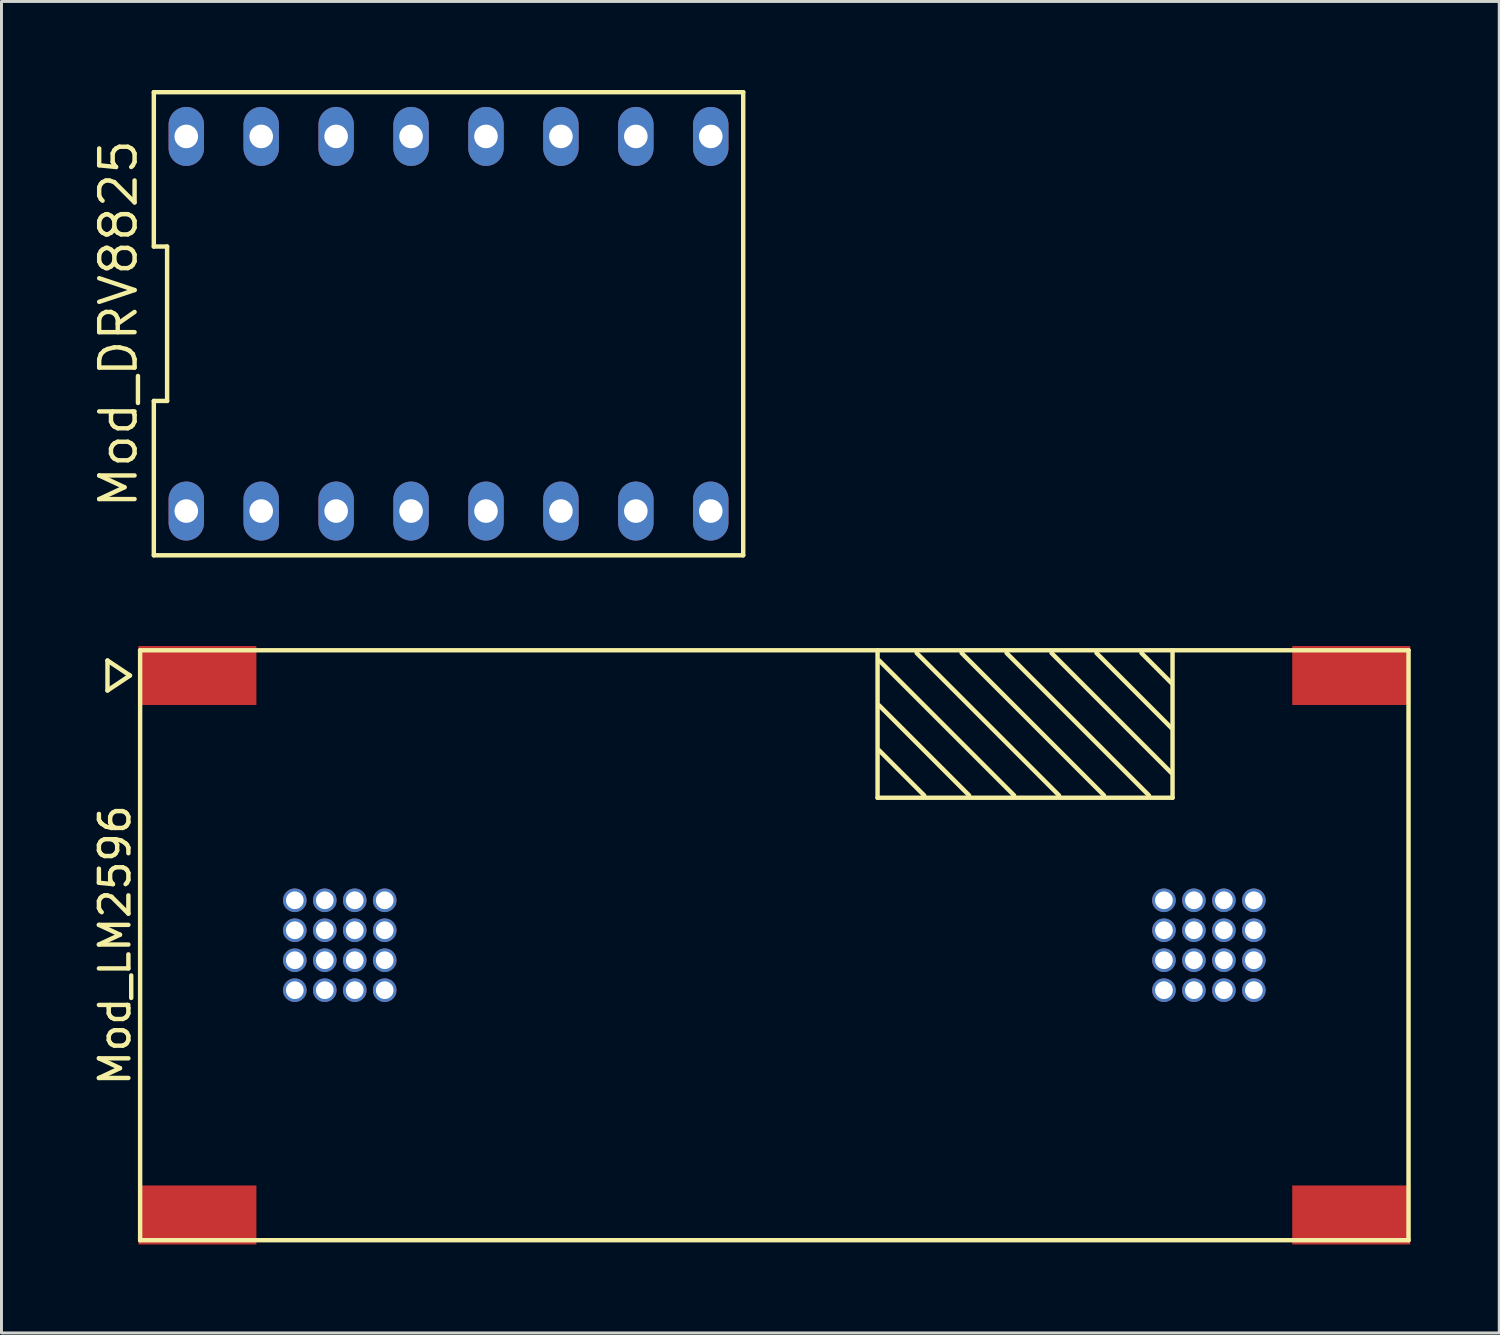
<source format=kicad_pcb>
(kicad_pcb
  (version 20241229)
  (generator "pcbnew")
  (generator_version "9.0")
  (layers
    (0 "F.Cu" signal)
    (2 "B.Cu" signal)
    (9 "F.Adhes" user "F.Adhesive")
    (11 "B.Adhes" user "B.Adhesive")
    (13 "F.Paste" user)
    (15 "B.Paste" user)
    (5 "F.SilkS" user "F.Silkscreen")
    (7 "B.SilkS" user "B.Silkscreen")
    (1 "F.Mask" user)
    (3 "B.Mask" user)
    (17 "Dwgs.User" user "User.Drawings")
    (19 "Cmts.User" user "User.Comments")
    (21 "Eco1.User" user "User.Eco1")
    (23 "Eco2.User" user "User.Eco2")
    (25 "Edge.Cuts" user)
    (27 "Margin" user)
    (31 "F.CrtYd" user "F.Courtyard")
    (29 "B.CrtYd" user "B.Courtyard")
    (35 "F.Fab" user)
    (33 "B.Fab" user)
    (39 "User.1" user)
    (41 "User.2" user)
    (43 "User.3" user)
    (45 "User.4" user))
  (footprint "Mod_LM2596"
    (layer "F.Cu")
    (at 23.2 28.994)
    (property "Reference" "Mod_LM2596" (at -22.352 0 90) (layer "F.SilkS") (effects (font (size 1 1) (thickness 0.15))))
    (attr through_hole)
    (fp_line (start -22.606 -9.652) (end -22.606 -8.636) (stroke (width 0.15) (type solid)) (layer "F.SilkS"))
    (fp_line (start -22.606 -8.636) (end -21.844 -9.144) (stroke (width 0.15) (type solid)) (layer "F.SilkS"))
    (fp_line (start -21.844 -9.144) (end -22.606 -9.652) (stroke (width 0.15) (type solid)) (layer "F.SilkS"))
    (fp_line (start -21.5 -10) (end -21.5 10) (stroke (width 0.15) (type solid)) (layer "F.SilkS"))
    (fp_line (start -21.5 -10) (end 21.5 -10) (stroke (width 0.15) (type solid)) (layer "F.SilkS"))
    (fp_line (start -21.5 10) (end 21.5 10) (stroke (width 0.15) (type solid)) (layer "F.SilkS"))
    (fp_line (start 3.5 -10) (end 3.5 -5) (stroke (width 0.15) (type solid)) (layer "F.SilkS"))
    (fp_line (start 3.5 -5) (end 13.5 -5) (stroke (width 0.15) (type solid)) (layer "F.SilkS"))
    (fp_line (start 3.556 -9.652) (end 8.128 -5.08) (stroke (width 0.15) (type solid)) (layer "F.SilkS"))
    (fp_line (start 3.556 -8.128) (end 6.604 -5.08) (stroke (width 0.15) (type solid)) (layer "F.SilkS"))
    (fp_line (start 3.556 -6.604) (end 5.08 -5.08) (stroke (width 0.15) (type solid)) (layer "F.SilkS"))
    (fp_line (start 4.826 -9.906) (end 9.652 -5.08) (stroke (width 0.15) (type solid)) (layer "F.SilkS"))
    (fp_line (start 6.35 -9.906) (end 11.176 -5.08) (stroke (width 0.15) (type solid)) (layer "F.SilkS"))
    (fp_line (start 7.874 -9.906) (end 12.7 -5.08) (stroke (width 0.15) (type solid)) (layer "F.SilkS"))
    (fp_line (start 9.398 -9.906) (end 13.462 -5.842) (stroke (width 0.15) (type solid)) (layer "F.SilkS"))
    (fp_line (start 10.922 -9.906) (end 13.462 -7.366) (stroke (width 0.15) (type solid)) (layer "F.SilkS"))
    (fp_line (start 12.446 -9.906) (end 13.462 -8.89) (stroke (width 0.15) (type solid)) (layer "F.SilkS"))
    (fp_line (start 13.5 -10) (end 13.5 -5) (stroke (width 0.15) (type solid)) (layer "F.SilkS"))
    (fp_line (start 21.5 -10) (end 21.5 10) (stroke (width 0.15) (type solid)) (layer "F.SilkS"))
    (pad "GND" smd rect (at -19.558 9.144) (size 4 2) (layers "F.Cu" "F.Mask" "F.Paste"))
    (pad "GND" thru_hole circle (at -16.256 -1.524) (size 0.8 0.8) (drill 0.6) (layers "*.Cu" "*.Mask"))
    (pad "GND" thru_hole circle (at -16.256 -0.508) (size 0.8 0.8) (drill 0.6) (layers "*.Cu" "*.Mask"))
    (pad "GND" thru_hole circle (at -16.256 0.508) (size 0.8 0.8) (drill 0.6) (layers "*.Cu" "*.Mask"))
    (pad "GND" thru_hole circle (at -16.256 1.524) (size 0.8 0.8) (drill 0.6) (layers "*.Cu" "*.Mask"))
    (pad "GND" thru_hole circle (at -15.24 -1.524) (size 0.8 0.8) (drill 0.6) (layers "*.Cu" "*.Mask"))
    (pad "GND" thru_hole circle (at -15.24 -0.508) (size 0.8 0.8) (drill 0.6) (layers "*.Cu" "*.Mask"))
    (pad "GND" thru_hole circle (at -15.24 0.508) (size 0.8 0.8) (drill 0.6) (layers "*.Cu" "*.Mask"))
    (pad "GND" thru_hole circle (at -15.24 1.524) (size 0.8 0.8) (drill 0.6) (layers "*.Cu" "*.Mask"))
    (pad "GND" thru_hole circle (at -14.224 -1.524) (size 0.8 0.8) (drill 0.6) (layers "*.Cu" "*.Mask"))
    (pad "GND" thru_hole circle (at -14.224 -0.508) (size 0.8 0.8) (drill 0.6) (layers "*.Cu" "*.Mask"))
    (pad "GND" thru_hole circle (at -14.224 0.508) (size 0.8 0.8) (drill 0.6) (layers "*.Cu" "*.Mask"))
    (pad "GND" thru_hole circle (at -14.224 1.524) (size 0.8 0.8) (drill 0.6) (layers "*.Cu" "*.Mask"))
    (pad "GND" thru_hole circle (at -13.208 -1.524) (size 0.8 0.8) (drill 0.6) (layers "*.Cu" "*.Mask"))
    (pad "GND" thru_hole circle (at -13.208 -0.508) (size 0.8 0.8) (drill 0.6) (layers "*.Cu" "*.Mask"))
    (pad "GND" thru_hole circle (at -13.208 0.508) (size 0.8 0.8) (drill 0.6) (layers "*.Cu" "*.Mask"))
    (pad "GND" thru_hole circle (at -13.208 1.524) (size 0.8 0.8) (drill 0.6) (layers "*.Cu" "*.Mask"))
    (pad "GND" thru_hole circle (at 13.208 -1.524) (size 0.8 0.8) (drill 0.6) (layers "*.Cu" "*.Mask"))
    (pad "GND" thru_hole circle (at 13.208 -0.508) (size 0.8 0.8) (drill 0.6) (layers "*.Cu" "*.Mask"))
    (pad "GND" thru_hole circle (at 13.208 0.508) (size 0.8 0.8) (drill 0.6) (layers "*.Cu" "*.Mask"))
    (pad "GND" thru_hole circle (at 13.208 1.524) (size 0.8 0.8) (drill 0.6) (layers "*.Cu" "*.Mask"))
    (pad "GND" thru_hole circle (at 14.224 -1.524) (size 0.8 0.8) (drill 0.6) (layers "*.Cu" "*.Mask"))
    (pad "GND" thru_hole circle (at 14.224 -0.508) (size 0.8 0.8) (drill 0.6) (layers "*.Cu" "*.Mask"))
    (pad "GND" thru_hole circle (at 14.224 0.508) (size 0.8 0.8) (drill 0.6) (layers "*.Cu" "*.Mask"))
    (pad "GND" thru_hole circle (at 14.224 1.524) (size 0.8 0.8) (drill 0.6) (layers "*.Cu" "*.Mask"))
    (pad "GND" thru_hole circle (at 15.24 -1.524) (size 0.8 0.8) (drill 0.6) (layers "*.Cu" "*.Mask"))
    (pad "GND" thru_hole circle (at 15.24 -0.508) (size 0.8 0.8) (drill 0.6) (layers "*.Cu" "*.Mask"))
    (pad "GND" thru_hole circle (at 15.24 0.508) (size 0.8 0.8) (drill 0.6) (layers "*.Cu" "*.Mask"))
    (pad "GND" thru_hole circle (at 15.24 1.524) (size 0.8 0.8) (drill 0.6) (layers "*.Cu" "*.Mask"))
    (pad "GND" thru_hole circle (at 16.256 -1.524) (size 0.8 0.8) (drill 0.6) (layers "*.Cu" "*.Mask"))
    (pad "GND" thru_hole circle (at 16.256 -0.508) (size 0.8 0.8) (drill 0.6) (layers "*.Cu" "*.Mask"))
    (pad "GND" thru_hole circle (at 16.256 0.508) (size 0.8 0.8) (drill 0.6) (layers "*.Cu" "*.Mask"))
    (pad "GND" thru_hole circle (at 16.256 1.524) (size 0.8 0.8) (drill 0.6) (layers "*.Cu" "*.Mask"))
    (pad "GND" smd rect (at 19.558 9.144) (size 4 2) (layers "F.Cu" "F.Mask" "F.Paste"))
    (pad "IN" smd rect (at -19.558 -9.144) (size 4 2) (layers "F.Cu" "F.Mask" "F.Paste"))
    (pad "OUT" smd rect (at 19.558 -9.144) (size 4 2) (layers "F.Cu" "F.Mask" "F.Paste")))
  (footprint "Mod_DRV8825"
    (layer "F.Cu")
    (at 12.155 7.925)
    (property "Reference" "Mod_DRV8825" (at -11.19 0 90) (layer "F.SilkS") (effects (font (size 1.2 1.2) (thickness 0.15))))
    (attr through_hole)
    (fp_line (start -9.99 -7.85) (end -9.99 -2.617) (stroke (width 0.15) (type solid)) (layer "F.SilkS"))
    (fp_line (start -9.99 -2.617) (end -9.54 -2.617) (stroke (width 0.15) (type solid)) (layer "F.SilkS"))
    (fp_line (start -9.99 2.617) (end -9.99 7.85) (stroke (width 0.15) (type solid)) (layer "F.SilkS"))
    (fp_line (start -9.99 7.85) (end 9.99 7.85) (stroke (width 0.15) (type solid)) (layer "F.SilkS"))
    (fp_line (start -9.54 -2.617) (end -9.54 2.617) (stroke (width 0.15) (type solid)) (layer "F.SilkS"))
    (fp_line (start -9.54 2.617) (end -9.99 2.617) (stroke (width 0.15) (type solid)) (layer "F.SilkS"))
    (fp_line (start 9.99 -7.85) (end -9.99 -7.85) (stroke (width 0.15) (type solid)) (layer "F.SilkS"))
    (fp_line (start 9.99 7.85) (end 9.99 -7.85) (stroke (width 0.15) (type solid)) (layer "F.SilkS"))
    (pad "1" thru_hole oval (at -8.89 6.35) (size 1.2 2) (drill 0.8) (layers "*.Cu" "*.Mask"))
    (pad "2" thru_hole oval (at -6.35 6.35) (size 1.2 2) (drill 0.8) (layers "*.Cu" "*.Mask"))
    (pad "3" thru_hole oval (at -3.81 6.35) (size 1.2 2) (drill 0.8) (layers "*.Cu" "*.Mask"))
    (pad "4" thru_hole oval (at -1.27 6.35) (size 1.2 2) (drill 0.8) (layers "*.Cu" "*.Mask"))
    (pad "5" thru_hole oval (at 1.27 6.35) (size 1.2 2) (drill 0.8) (layers "*.Cu" "*.Mask"))
    (pad "6" thru_hole oval (at 3.81 6.35) (size 1.2 2) (drill 0.8) (layers "*.Cu" "*.Mask"))
    (pad "7" thru_hole oval (at 6.35 6.35) (size 1.2 2) (drill 0.8) (layers "*.Cu" "*.Mask"))
    (pad "8" thru_hole oval (at 8.89 6.35) (size 1.2 2) (drill 0.8) (layers "*.Cu" "*.Mask"))
    (pad "9" thru_hole oval (at 8.89 -6.35) (size 1.2 2) (drill 0.8) (layers "*.Cu" "*.Mask"))
    (pad "10" thru_hole oval (at 6.35 -6.35) (size 1.2 2) (drill 0.8) (layers "*.Cu" "*.Mask"))
    (pad "11" thru_hole oval (at 3.81 -6.35) (size 1.2 2) (drill 0.8) (layers "*.Cu" "*.Mask"))
    (pad "12" thru_hole oval (at 1.27 -6.35) (size 1.2 2) (drill 0.8) (layers "*.Cu" "*.Mask"))
    (pad "13" thru_hole oval (at -1.27 -6.35) (size 1.2 2) (drill 0.8) (layers "*.Cu" "*.Mask"))
    (pad "14" thru_hole oval (at -3.81 -6.35) (size 1.2 2) (drill 0.8) (layers "*.Cu" "*.Mask"))
    (pad "15" thru_hole oval (at -6.35 -6.35) (size 1.2 2) (drill 0.8) (layers "*.Cu" "*.Mask"))
    (pad "16" thru_hole oval (at -8.89 -6.35) (size 1.2 2) (drill 0.8) (layers "*.Cu" "*.Mask")))
  (gr_rect
    (start -3 -3)
    (end 47.775 42.138)
    (stroke (width 0.1) (type default))
    (fill no)
    (layer "Edge.Cuts")))
</source>
